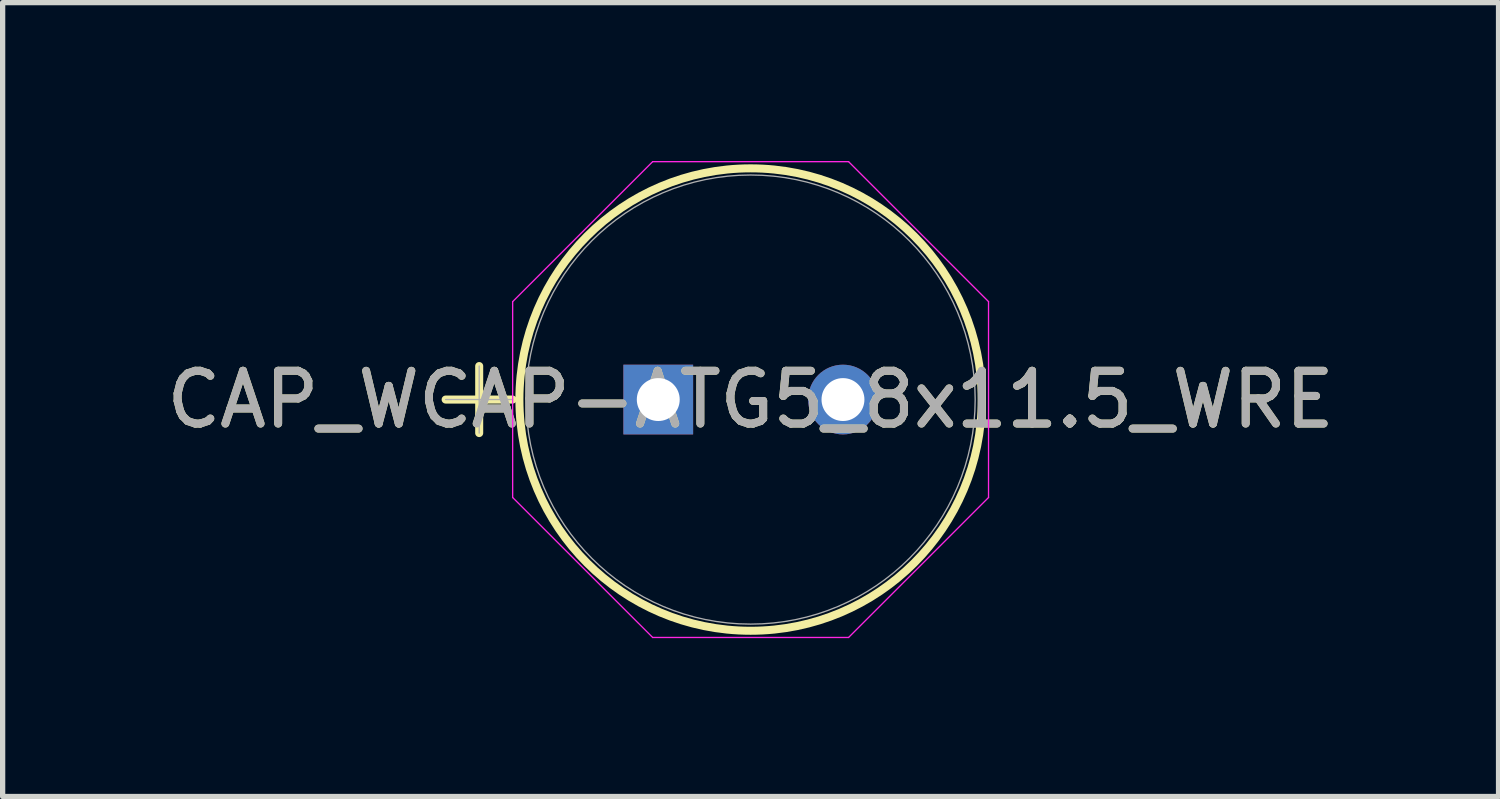
<source format=kicad_pcb>
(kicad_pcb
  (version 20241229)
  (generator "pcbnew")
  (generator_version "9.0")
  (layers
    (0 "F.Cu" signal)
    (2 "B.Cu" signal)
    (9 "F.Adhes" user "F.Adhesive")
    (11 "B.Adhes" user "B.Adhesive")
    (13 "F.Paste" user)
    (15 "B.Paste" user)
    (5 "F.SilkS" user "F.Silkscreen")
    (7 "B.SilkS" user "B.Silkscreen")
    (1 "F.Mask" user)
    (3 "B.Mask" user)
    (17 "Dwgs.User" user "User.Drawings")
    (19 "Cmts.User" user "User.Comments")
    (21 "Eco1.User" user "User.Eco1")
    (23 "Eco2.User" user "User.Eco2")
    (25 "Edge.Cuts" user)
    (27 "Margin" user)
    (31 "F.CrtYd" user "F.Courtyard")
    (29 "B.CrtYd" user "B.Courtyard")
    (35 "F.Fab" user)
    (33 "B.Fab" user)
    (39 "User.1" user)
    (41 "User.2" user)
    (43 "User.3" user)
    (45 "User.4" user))
  (footprint "CAP_WCAP-ATG5_8x11.5_WRE"
    (layer "F.Cu")
    (at 9.423 4.521)
    (property "Reference" "CAP_WCAP-ATG5_8x11.5_WRE" (at 1.75 0 0) (unlocked yes) (layer "F.SilkS") (effects (font (size 1 1) (thickness 0.15))))
    (attr through_hole)
    (fp_line (start -4.029 0) (end -2.759 0) (stroke (width 0.152) (type solid)) (layer "F.SilkS"))
    (fp_line (start -3.393 -0.635) (end -3.393 0.635) (stroke (width 0.152) (type solid)) (layer "F.SilkS"))
    (fp_circle (center 1.75 0) (end 6.131 0) (stroke (width 0.152) (type solid)) (fill no) (layer "F.SilkS"))
    (fp_line (start -2.759 -1.856) (end -0.106 -4.508) (stroke (width 0.025) (type solid)) (layer "F.CrtYd"))
    (fp_line (start -2.759 1.856) (end -2.759 -1.856) (stroke (width 0.025) (type solid)) (layer "F.CrtYd"))
    (fp_line (start -0.106 -4.508) (end 3.606 -4.508) (stroke (width 0.025) (type solid)) (layer "F.CrtYd"))
    (fp_line (start -0.106 4.508) (end -2.759 1.856) (stroke (width 0.025) (type solid)) (layer "F.CrtYd"))
    (fp_line (start 3.606 -4.508) (end 6.258 -1.856) (stroke (width 0.025) (type solid)) (layer "F.CrtYd"))
    (fp_line (start 3.606 4.508) (end -0.106 4.508) (stroke (width 0.025) (type solid)) (layer "F.CrtYd"))
    (fp_line (start 6.258 -1.856) (end 6.258 1.856) (stroke (width 0.025) (type solid)) (layer "F.CrtYd"))
    (fp_line (start 6.258 1.856) (end 3.606 4.508) (stroke (width 0.025) (type solid)) (layer "F.CrtYd"))
    (fp_line (start -4.029 0) (end -2.759 0) (stroke (width 0.025) (type solid)) (layer "F.Fab"))
    (fp_line (start -3.393 -0.635) (end -3.393 0.635) (stroke (width 0.025) (type solid)) (layer "F.Fab"))
    (fp_circle (center 1.75 0) (end 6.005 0) (stroke (width 0.025) (type solid)) (fill no) (layer "F.Fab"))
    (fp_text user "${REFERENCE}" (at 1.75 0 0) (unlocked yes) (layer "F.Fab") (effects (font (size 1 1) (thickness 0.15))))
    (pad "1" thru_hole rect (at 0 0) (size 1.321 1.321) (drill 0.813) (layers "*.Cu" "*.Mask"))
    (pad "2" thru_hole circle (at 3.5 0) (size 1.321 1.321) (drill 0.813) (layers "*.Cu" "*.Mask")))
  (gr_rect
    (start -3 -3)
    (end 25.345 12.042)
    (stroke (width 0.1) (type default))
    (fill no)
    (layer "Edge.Cuts")))
</source>
